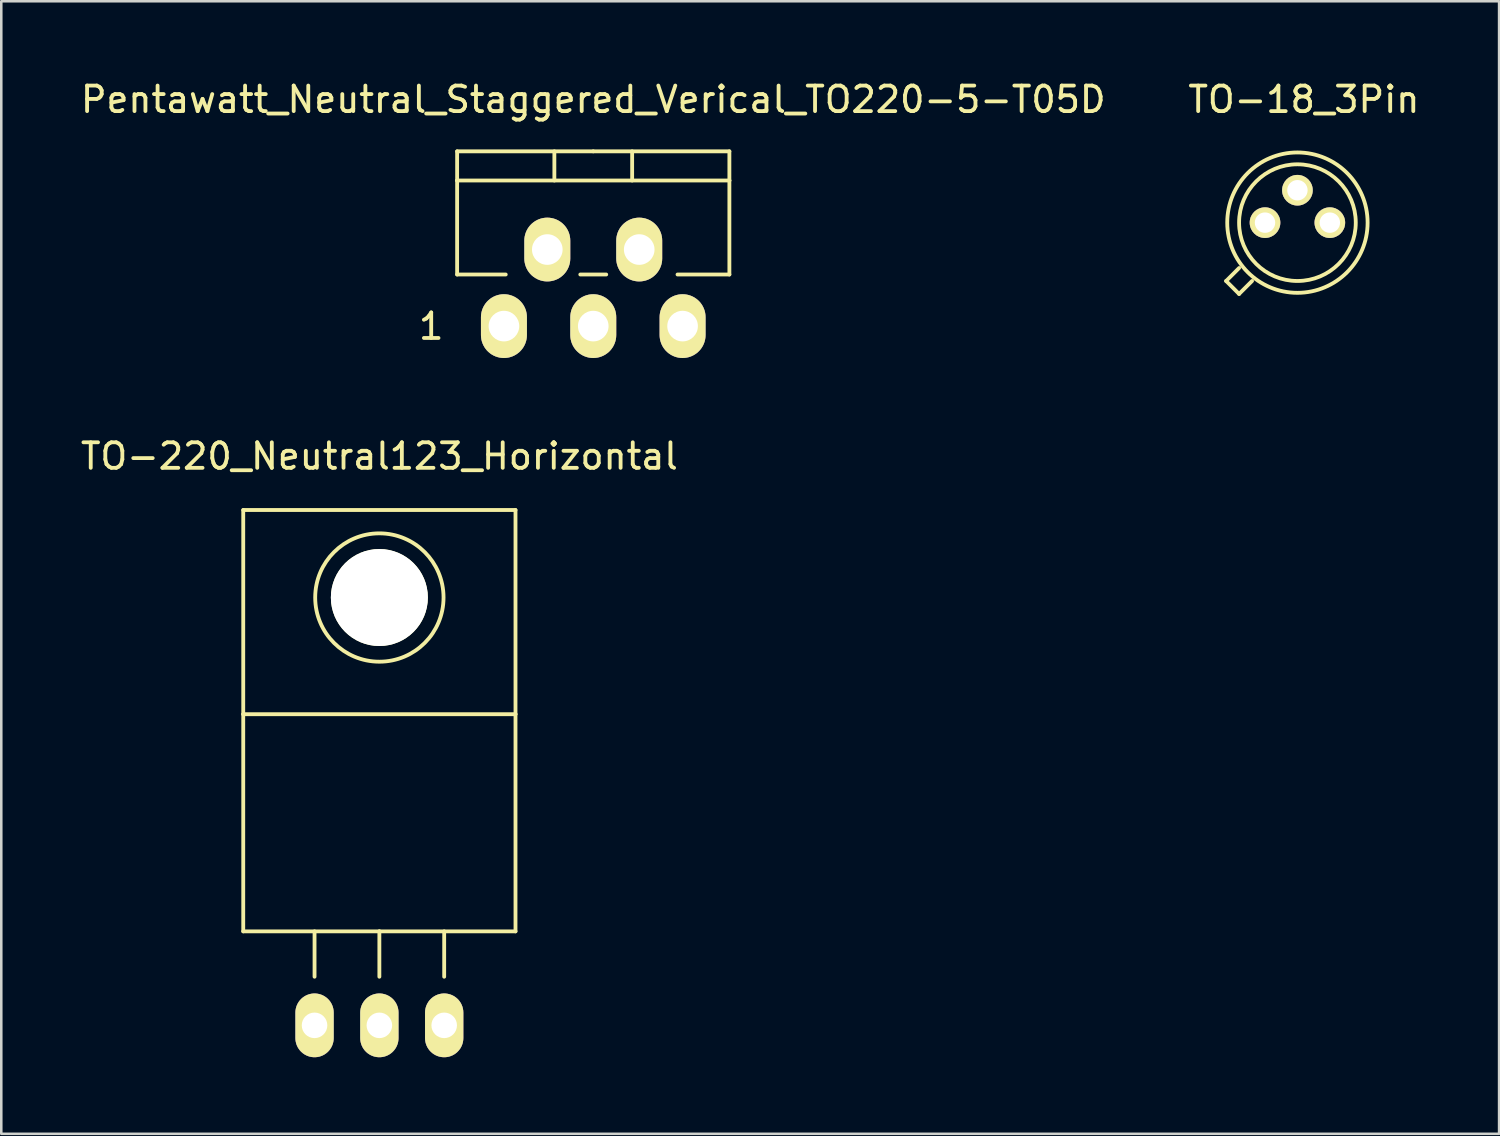
<source format=kicad_pcb>
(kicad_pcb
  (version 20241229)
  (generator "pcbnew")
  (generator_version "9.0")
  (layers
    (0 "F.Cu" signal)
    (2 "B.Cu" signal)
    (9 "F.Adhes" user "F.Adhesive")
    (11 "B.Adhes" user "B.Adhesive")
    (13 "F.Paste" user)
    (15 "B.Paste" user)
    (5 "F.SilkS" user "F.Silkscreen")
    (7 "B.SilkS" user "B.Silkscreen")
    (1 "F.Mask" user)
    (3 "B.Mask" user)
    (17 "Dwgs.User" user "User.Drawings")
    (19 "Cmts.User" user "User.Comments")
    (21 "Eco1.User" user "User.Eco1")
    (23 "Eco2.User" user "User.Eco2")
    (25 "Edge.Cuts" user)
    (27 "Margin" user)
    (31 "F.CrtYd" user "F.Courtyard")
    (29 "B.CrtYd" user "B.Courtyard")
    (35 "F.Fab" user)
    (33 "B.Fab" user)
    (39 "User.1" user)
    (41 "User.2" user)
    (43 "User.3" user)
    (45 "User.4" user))
  (footprint "TO-18_3Pin"
    (layer "F.Cu")
    (at 47.788 5.674)
    (property "Reference" "TO-18_3Pin" (at 0.254 -4.826 0) (layer "F.SilkS") (effects (font (size 1 1) (thickness 0.15))))
    (attr through_hole)
    (fp_line (start -2.794 2.286) (end -2.286 1.778) (stroke (width 0.15) (type solid)) (layer "F.SilkS"))
    (fp_line (start -2.286 2.794) (end -2.794 2.286) (stroke (width 0.15) (type solid)) (layer "F.SilkS"))
    (fp_line (start -1.778 2.286) (end -2.286 2.794) (stroke (width 0.15) (type solid)) (layer "F.SilkS"))
    (fp_circle (center 0 0) (end 2.286 0) (stroke (width 0.15) (type solid)) (fill no) (layer "F.SilkS"))
    (fp_circle (center 0 0) (end 2.75 0) (stroke (width 0.15) (type solid)) (fill no) (layer "F.SilkS"))
    (pad "1" thru_hole circle (at -1.27 0) (size 1.2 1.2) (drill 0.8) (layers "*.Cu" "*.Mask" "F.SilkS"))
    (pad "2" thru_hole circle (at 0 -1.27) (size 1.2 1.2) (drill 0.8) (layers "*.Cu" "*.Mask" "F.SilkS"))
    (pad "3" thru_hole circle (at 1.27 0) (size 1.2 1.2) (drill 0.8) (layers "*.Cu" "*.Mask" "F.SilkS")))
  (footprint "TO-220_Neutral123_Horizontal"
    (layer "F.Cu")
    (at 11.815 37.127)
    (property "Reference" "TO-220_Neutral123_Horizontal" (at 0 -22.301 0) (layer "F.SilkS") (effects (font (size 1 1) (thickness 0.15))))
    (attr through_hole)
    (fp_line (start -5.334 -20.193) (end -5.334 -12.192) (stroke (width 0.15) (type solid)) (layer "F.SilkS"))
    (fp_line (start -5.334 -12.192) (end -5.334 -3.683) (stroke (width 0.15) (type solid)) (layer "F.SilkS"))
    (fp_line (start -2.54 -3.683) (end -2.54 -1.905) (stroke (width 0.15) (type solid)) (layer "F.SilkS"))
    (fp_line (start 0 -3.683) (end -5.334 -3.683) (stroke (width 0.15) (type solid)) (layer "F.SilkS"))
    (fp_line (start 0 -3.683) (end 0 -1.905) (stroke (width 0.15) (type solid)) (layer "F.SilkS"))
    (fp_line (start 0 -3.683) (end 5.334 -3.683) (stroke (width 0.15) (type solid)) (layer "F.SilkS"))
    (fp_line (start 2.54 -3.683) (end 2.54 -1.905) (stroke (width 0.15) (type solid)) (layer "F.SilkS"))
    (fp_line (start 5.334 -20.193) (end -5.334 -20.193) (stroke (width 0.15) (type solid)) (layer "F.SilkS"))
    (fp_line (start 5.334 -12.192) (end -5.334 -12.192) (stroke (width 0.15) (type solid)) (layer "F.SilkS"))
    (fp_line (start 5.334 -12.192) (end 5.334 -20.193) (stroke (width 0.15) (type solid)) (layer "F.SilkS"))
    (fp_line (start 5.334 -3.683) (end 5.334 -12.192) (stroke (width 0.15) (type solid)) (layer "F.SilkS"))
    (fp_circle (center 0 -16.764) (end 1.778 -14.986) (stroke (width 0.15) (type solid)) (fill no) (layer "F.SilkS"))
    (pad "" np_thru_hole circle (at 0 -16.764 90) (size 3.8 3.8) (drill 3.8) (layers "*.Cu" "*.Mask" "F.SilkS"))
    (pad "1" thru_hole oval (at -2.54 0 90) (size 2.499 1.501) (drill 1.001) (layers "*.Cu" "*.Mask" "F.SilkS"))
    (pad "2" thru_hole oval (at 0 0 90) (size 2.499 1.501) (drill 1.001) (layers "*.Cu" "*.Mask" "F.SilkS"))
    (pad "3" thru_hole oval (at 2.54 0 90) (size 2.499 1.501) (drill 1.001) (layers "*.Cu" "*.Mask" "F.SilkS")))
  (footprint "Pentawatt_Neutral_Staggered_Verical_TO220-5-T05D"
    (layer "F.Cu")
    (at 20.196 5.928)
    (property "Reference" "Pentawatt_Neutral_Staggered_Verical_TO220-5-T05D" (at 0 -5.08 0) (layer "F.SilkS") (effects (font (size 1 1) (thickness 0.15))))
    (attr through_hole)
    (fp_line (start -5.334 -1.905) (end -5.334 -3.048) (stroke (width 0.15) (type solid)) (layer "F.SilkS"))
    (fp_line (start -5.334 1.778) (end -5.334 -1.905) (stroke (width 0.15) (type solid)) (layer "F.SilkS"))
    (fp_line (start -5.334 1.778) (end -3.429 1.778) (stroke (width 0.15) (type solid)) (layer "F.SilkS"))
    (fp_line (start -1.524 -3.048) (end -1.524 -1.905) (stroke (width 0.15) (type solid)) (layer "F.SilkS"))
    (fp_line (start -0.508 1.778) (end 0.508 1.778) (stroke (width 0.15) (type solid)) (layer "F.SilkS"))
    (fp_line (start 0 -3.048) (end -5.334 -3.048) (stroke (width 0.15) (type solid)) (layer "F.SilkS"))
    (fp_line (start 0 -3.048) (end 5.334 -3.048) (stroke (width 0.15) (type solid)) (layer "F.SilkS"))
    (fp_line (start 1.524 -3.048) (end 1.524 -1.905) (stroke (width 0.15) (type solid)) (layer "F.SilkS"))
    (fp_line (start 3.302 1.778) (end 5.334 1.778) (stroke (width 0.15) (type solid)) (layer "F.SilkS"))
    (fp_line (start 5.334 -3.048) (end 5.334 -1.905) (stroke (width 0.15) (type solid)) (layer "F.SilkS"))
    (fp_line (start 5.334 -1.905) (end -5.334 -1.905) (stroke (width 0.15) (type solid)) (layer "F.SilkS"))
    (fp_line (start 5.334 -1.905) (end 5.334 1.778) (stroke (width 0.15) (type solid)) (layer "F.SilkS"))
    (fp_text user "1" (at -6.35 3.81 0) (layer "F.SilkS") (effects (font (size 1 1) (thickness 0.15))))
    (pad "1" thru_hole oval (at -3.5 3.8 90) (size 2.499 1.801) (drill 1.199) (layers "*.Cu" "*.Mask" "F.SilkS"))
    (pad "2" thru_hole oval (at -1.801 0.8 90) (size 2.499 1.801) (drill 1.199) (layers "*.Cu" "*.Mask" "F.SilkS"))
    (pad "3" thru_hole oval (at 0 3.8 90) (size 2.499 1.801) (drill 1.199) (layers "*.Cu" "*.Mask" "F.SilkS"))
    (pad "4" thru_hole oval (at 1.801 0.8 90) (size 2.499 1.801) (drill 1.199) (layers "*.Cu" "*.Mask" "F.SilkS"))
    (pad "5" thru_hole oval (at 3.5 3.8 90) (size 2.499 1.801) (drill 1.199) (layers "*.Cu" "*.Mask" "F.SilkS")))
  (gr_rect
    (start -3 -3)
    (end 55.69 41.377)
    (stroke (width 0.1) (type default))
    (fill no)
    (layer "Edge.Cuts")))
</source>
